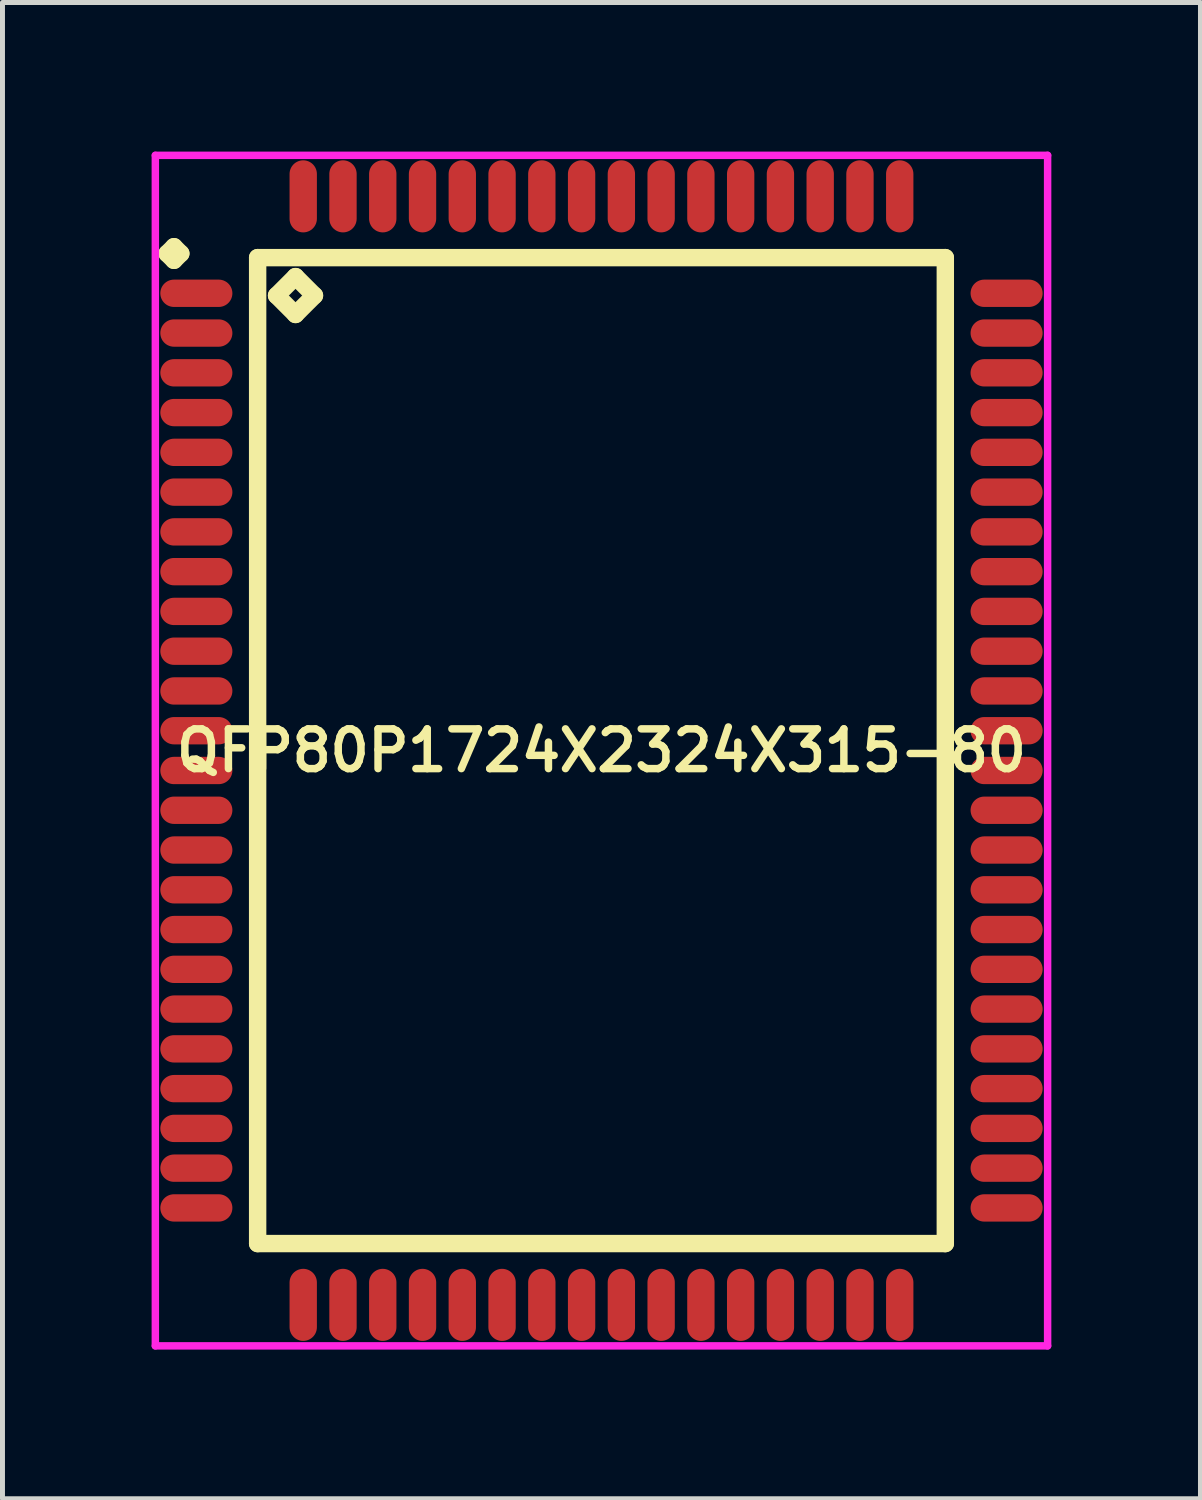
<source format=kicad_pcb>
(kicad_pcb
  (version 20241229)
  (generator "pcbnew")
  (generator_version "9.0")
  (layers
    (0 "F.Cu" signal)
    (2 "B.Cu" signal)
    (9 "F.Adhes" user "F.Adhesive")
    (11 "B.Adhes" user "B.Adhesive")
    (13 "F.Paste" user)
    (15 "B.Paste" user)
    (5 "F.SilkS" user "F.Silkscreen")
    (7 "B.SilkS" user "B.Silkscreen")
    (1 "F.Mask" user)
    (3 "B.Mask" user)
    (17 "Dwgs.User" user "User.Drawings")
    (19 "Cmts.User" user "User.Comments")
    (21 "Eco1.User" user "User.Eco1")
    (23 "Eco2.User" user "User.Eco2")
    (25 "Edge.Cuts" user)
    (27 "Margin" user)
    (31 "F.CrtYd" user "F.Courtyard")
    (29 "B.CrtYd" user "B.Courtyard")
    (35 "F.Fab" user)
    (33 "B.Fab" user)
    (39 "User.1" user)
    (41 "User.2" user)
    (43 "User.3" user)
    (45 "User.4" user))
  (footprint "QFP80P1724X2324X315-80"
    (layer "F.Cu")
    (at 9.05 12.05)
    (property "Reference" "QFP80P1724X2324X315-80" (at 0 0 0) (layer "F.SilkS") (effects (font (size 0.8 0.8) (thickness 0.15))))
    (attr through_hole)
    (fp_line (start -8.738 -10) (end -8.6 -10.137) (stroke (width 0.35) (type solid)) (layer "F.SilkS"))
    (fp_line (start -8.6 -10.137) (end -8.463 -10) (stroke (width 0.35) (type solid)) (layer "F.SilkS"))
    (fp_line (start -8.6 -9.863) (end -8.738 -10) (stroke (width 0.35) (type solid)) (layer "F.SilkS"))
    (fp_line (start -8.463 -10) (end -8.6 -9.863) (stroke (width 0.35) (type solid)) (layer "F.SilkS"))
    (fp_line (start -6.917 -9.917) (end -6.917 9.917) (stroke (width 0.35) (type solid)) (layer "F.SilkS"))
    (fp_line (start -6.917 9.917) (end 6.917 9.917) (stroke (width 0.35) (type solid)) (layer "F.SilkS"))
    (fp_line (start -6.536 -9.155) (end -6.155 -9.536) (stroke (width 0.35) (type solid)) (layer "F.SilkS"))
    (fp_line (start -6.155 -9.536) (end -5.774 -9.155) (stroke (width 0.35) (type solid)) (layer "F.SilkS"))
    (fp_line (start -6.155 -8.774) (end -6.536 -9.155) (stroke (width 0.35) (type solid)) (layer "F.SilkS"))
    (fp_line (start -5.774 -9.155) (end -6.155 -8.774) (stroke (width 0.35) (type solid)) (layer "F.SilkS"))
    (fp_line (start 6.917 -9.917) (end -6.917 -9.917) (stroke (width 0.35) (type solid)) (layer "F.SilkS"))
    (fp_line (start 6.917 9.917) (end 6.917 -9.917) (stroke (width 0.35) (type solid)) (layer "F.SilkS"))
    (fp_line (start -8.975 -11.975) (end 8.975 -11.975) (stroke (width 0.15) (type solid)) (layer "F.CrtYd"))
    (fp_line (start -8.975 11.975) (end -8.975 -11.975) (stroke (width 0.15) (type solid)) (layer "F.CrtYd"))
    (fp_line (start 8.975 -11.975) (end 8.975 11.975) (stroke (width 0.15) (type solid)) (layer "F.CrtYd"))
    (fp_line (start 8.975 11.975) (end -8.975 11.975) (stroke (width 0.15) (type solid)) (layer "F.CrtYd"))
    (pad "1" smd oval (at -8.15 -9.2) (size 1.45 0.55) (layers "F.Cu" "F.Mask" "F.Paste"))
    (pad "2" smd oval (at -8.15 -8.4) (size 1.45 0.55) (layers "F.Cu" "F.Mask" "F.Paste"))
    (pad "3" smd oval (at -8.15 -7.6) (size 1.45 0.55) (layers "F.Cu" "F.Mask" "F.Paste"))
    (pad "4" smd oval (at -8.15 -6.8) (size 1.45 0.55) (layers "F.Cu" "F.Mask" "F.Paste"))
    (pad "5" smd oval (at -8.15 -6) (size 1.45 0.55) (layers "F.Cu" "F.Mask" "F.Paste"))
    (pad "6" smd oval (at -8.15 -5.2) (size 1.45 0.55) (layers "F.Cu" "F.Mask" "F.Paste"))
    (pad "7" smd oval (at -8.15 -4.4) (size 1.45 0.55) (layers "F.Cu" "F.Mask" "F.Paste"))
    (pad "8" smd oval (at -8.15 -3.6) (size 1.45 0.55) (layers "F.Cu" "F.Mask" "F.Paste"))
    (pad "9" smd oval (at -8.15 -2.8) (size 1.45 0.55) (layers "F.Cu" "F.Mask" "F.Paste"))
    (pad "10" smd oval (at -8.15 -2) (size 1.45 0.55) (layers "F.Cu" "F.Mask" "F.Paste"))
    (pad "11" smd oval (at -8.15 -1.2) (size 1.45 0.55) (layers "F.Cu" "F.Mask" "F.Paste"))
    (pad "12" smd oval (at -8.15 -0.4) (size 1.45 0.55) (layers "F.Cu" "F.Mask" "F.Paste"))
    (pad "13" smd oval (at -8.15 0.4) (size 1.45 0.55) (layers "F.Cu" "F.Mask" "F.Paste"))
    (pad "14" smd oval (at -8.15 1.2) (size 1.45 0.55) (layers "F.Cu" "F.Mask" "F.Paste"))
    (pad "15" smd oval (at -8.15 2) (size 1.45 0.55) (layers "F.Cu" "F.Mask" "F.Paste"))
    (pad "16" smd oval (at -8.15 2.8) (size 1.45 0.55) (layers "F.Cu" "F.Mask" "F.Paste"))
    (pad "17" smd oval (at -8.15 3.6) (size 1.45 0.55) (layers "F.Cu" "F.Mask" "F.Paste"))
    (pad "18" smd oval (at -8.15 4.4) (size 1.45 0.55) (layers "F.Cu" "F.Mask" "F.Paste"))
    (pad "19" smd oval (at -8.15 5.2) (size 1.45 0.55) (layers "F.Cu" "F.Mask" "F.Paste"))
    (pad "20" smd oval (at -8.15 6) (size 1.45 0.55) (layers "F.Cu" "F.Mask" "F.Paste"))
    (pad "21" smd oval (at -8.15 6.8) (size 1.45 0.55) (layers "F.Cu" "F.Mask" "F.Paste"))
    (pad "22" smd oval (at -8.15 7.6) (size 1.45 0.55) (layers "F.Cu" "F.Mask" "F.Paste"))
    (pad "23" smd oval (at -8.15 8.4) (size 1.45 0.55) (layers "F.Cu" "F.Mask" "F.Paste"))
    (pad "24" smd oval (at -8.15 9.2) (size 1.45 0.55) (layers "F.Cu" "F.Mask" "F.Paste"))
    (pad "25" smd oval (at -6 11.15) (size 0.55 1.45) (layers "F.Cu" "F.Mask" "F.Paste"))
    (pad "26" smd oval (at -5.2 11.15) (size 0.55 1.45) (layers "F.Cu" "F.Mask" "F.Paste"))
    (pad "27" smd oval (at -4.4 11.15) (size 0.55 1.45) (layers "F.Cu" "F.Mask" "F.Paste"))
    (pad "28" smd oval (at -3.6 11.15) (size 0.55 1.45) (layers "F.Cu" "F.Mask" "F.Paste"))
    (pad "29" smd oval (at -2.8 11.15) (size 0.55 1.45) (layers "F.Cu" "F.Mask" "F.Paste"))
    (pad "30" smd oval (at -2 11.15) (size 0.55 1.45) (layers "F.Cu" "F.Mask" "F.Paste"))
    (pad "31" smd oval (at -1.2 11.15) (size 0.55 1.45) (layers "F.Cu" "F.Mask" "F.Paste"))
    (pad "32" smd oval (at -0.4 11.15) (size 0.55 1.45) (layers "F.Cu" "F.Mask" "F.Paste"))
    (pad "33" smd oval (at 0.4 11.15) (size 0.55 1.45) (layers "F.Cu" "F.Mask" "F.Paste"))
    (pad "34" smd oval (at 1.2 11.15) (size 0.55 1.45) (layers "F.Cu" "F.Mask" "F.Paste"))
    (pad "35" smd oval (at 2 11.15) (size 0.55 1.45) (layers "F.Cu" "F.Mask" "F.Paste"))
    (pad "36" smd oval (at 2.8 11.15) (size 0.55 1.45) (layers "F.Cu" "F.Mask" "F.Paste"))
    (pad "37" smd oval (at 3.6 11.15) (size 0.55 1.45) (layers "F.Cu" "F.Mask" "F.Paste"))
    (pad "38" smd oval (at 4.4 11.15) (size 0.55 1.45) (layers "F.Cu" "F.Mask" "F.Paste"))
    (pad "39" smd oval (at 5.2 11.15) (size 0.55 1.45) (layers "F.Cu" "F.Mask" "F.Paste"))
    (pad "40" smd oval (at 6 11.15) (size 0.55 1.45) (layers "F.Cu" "F.Mask" "F.Paste"))
    (pad "41" smd oval (at 8.15 9.2) (size 1.45 0.55) (layers "F.Cu" "F.Mask" "F.Paste"))
    (pad "42" smd oval (at 8.15 8.4) (size 1.45 0.55) (layers "F.Cu" "F.Mask" "F.Paste"))
    (pad "43" smd oval (at 8.15 7.6) (size 1.45 0.55) (layers "F.Cu" "F.Mask" "F.Paste"))
    (pad "44" smd oval (at 8.15 6.8) (size 1.45 0.55) (layers "F.Cu" "F.Mask" "F.Paste"))
    (pad "45" smd oval (at 8.15 6) (size 1.45 0.55) (layers "F.Cu" "F.Mask" "F.Paste"))
    (pad "46" smd oval (at 8.15 5.2) (size 1.45 0.55) (layers "F.Cu" "F.Mask" "F.Paste"))
    (pad "47" smd oval (at 8.15 4.4) (size 1.45 0.55) (layers "F.Cu" "F.Mask" "F.Paste"))
    (pad "48" smd oval (at 8.15 3.6) (size 1.45 0.55) (layers "F.Cu" "F.Mask" "F.Paste"))
    (pad "49" smd oval (at 8.15 2.8) (size 1.45 0.55) (layers "F.Cu" "F.Mask" "F.Paste"))
    (pad "50" smd oval (at 8.15 2) (size 1.45 0.55) (layers "F.Cu" "F.Mask" "F.Paste"))
    (pad "51" smd oval (at 8.15 1.2) (size 1.45 0.55) (layers "F.Cu" "F.Mask" "F.Paste"))
    (pad "52" smd oval (at 8.15 0.4) (size 1.45 0.55) (layers "F.Cu" "F.Mask" "F.Paste"))
    (pad "53" smd oval (at 8.15 -0.4) (size 1.45 0.55) (layers "F.Cu" "F.Mask" "F.Paste"))
    (pad "54" smd oval (at 8.15 -1.2) (size 1.45 0.55) (layers "F.Cu" "F.Mask" "F.Paste"))
    (pad "55" smd oval (at 8.15 -2) (size 1.45 0.55) (layers "F.Cu" "F.Mask" "F.Paste"))
    (pad "56" smd oval (at 8.15 -2.8) (size 1.45 0.55) (layers "F.Cu" "F.Mask" "F.Paste"))
    (pad "57" smd oval (at 8.15 -3.6) (size 1.45 0.55) (layers "F.Cu" "F.Mask" "F.Paste"))
    (pad "58" smd oval (at 8.15 -4.4) (size 1.45 0.55) (layers "F.Cu" "F.Mask" "F.Paste"))
    (pad "59" smd oval (at 8.15 -5.2) (size 1.45 0.55) (layers "F.Cu" "F.Mask" "F.Paste"))
    (pad "60" smd oval (at 8.15 -6) (size 1.45 0.55) (layers "F.Cu" "F.Mask" "F.Paste"))
    (pad "61" smd oval (at 8.15 -6.8) (size 1.45 0.55) (layers "F.Cu" "F.Mask" "F.Paste"))
    (pad "62" smd oval (at 8.15 -7.6) (size 1.45 0.55) (layers "F.Cu" "F.Mask" "F.Paste"))
    (pad "63" smd oval (at 8.15 -8.4) (size 1.45 0.55) (layers "F.Cu" "F.Mask" "F.Paste"))
    (pad "64" smd oval (at 8.15 -9.2) (size 1.45 0.55) (layers "F.Cu" "F.Mask" "F.Paste"))
    (pad "65" smd oval (at 6 -11.15) (size 0.55 1.45) (layers "F.Cu" "F.Mask" "F.Paste"))
    (pad "66" smd oval (at 5.2 -11.15) (size 0.55 1.45) (layers "F.Cu" "F.Mask" "F.Paste"))
    (pad "67" smd oval (at 4.4 -11.15) (size 0.55 1.45) (layers "F.Cu" "F.Mask" "F.Paste"))
    (pad "68" smd oval (at 3.6 -11.15) (size 0.55 1.45) (layers "F.Cu" "F.Mask" "F.Paste"))
    (pad "69" smd oval (at 2.8 -11.15) (size 0.55 1.45) (layers "F.Cu" "F.Mask" "F.Paste"))
    (pad "70" smd oval (at 2 -11.15) (size 0.55 1.45) (layers "F.Cu" "F.Mask" "F.Paste"))
    (pad "71" smd oval (at 1.2 -11.15) (size 0.55 1.45) (layers "F.Cu" "F.Mask" "F.Paste"))
    (pad "72" smd oval (at 0.4 -11.15) (size 0.55 1.45) (layers "F.Cu" "F.Mask" "F.Paste"))
    (pad "73" smd oval (at -0.4 -11.15) (size 0.55 1.45) (layers "F.Cu" "F.Mask" "F.Paste"))
    (pad "74" smd oval (at -1.2 -11.15) (size 0.55 1.45) (layers "F.Cu" "F.Mask" "F.Paste"))
    (pad "75" smd oval (at -2 -11.15) (size 0.55 1.45) (layers "F.Cu" "F.Mask" "F.Paste"))
    (pad "76" smd oval (at -2.8 -11.15) (size 0.55 1.45) (layers "F.Cu" "F.Mask" "F.Paste"))
    (pad "77" smd oval (at -3.6 -11.15) (size 0.55 1.45) (layers "F.Cu" "F.Mask" "F.Paste"))
    (pad "78" smd oval (at -4.4 -11.15) (size 0.55 1.45) (layers "F.Cu" "F.Mask" "F.Paste"))
    (pad "79" smd oval (at -5.2 -11.15) (size 0.55 1.45) (layers "F.Cu" "F.Mask" "F.Paste"))
    (pad "80" smd oval (at -6 -11.15) (size 0.55 1.45) (layers "F.Cu" "F.Mask" "F.Paste")))
  (gr_rect
    (start -3 -3)
    (end 21.1 27.1)
    (stroke (width 0.1) (type default))
    (fill no)
    (layer "Edge.Cuts")))
</source>
